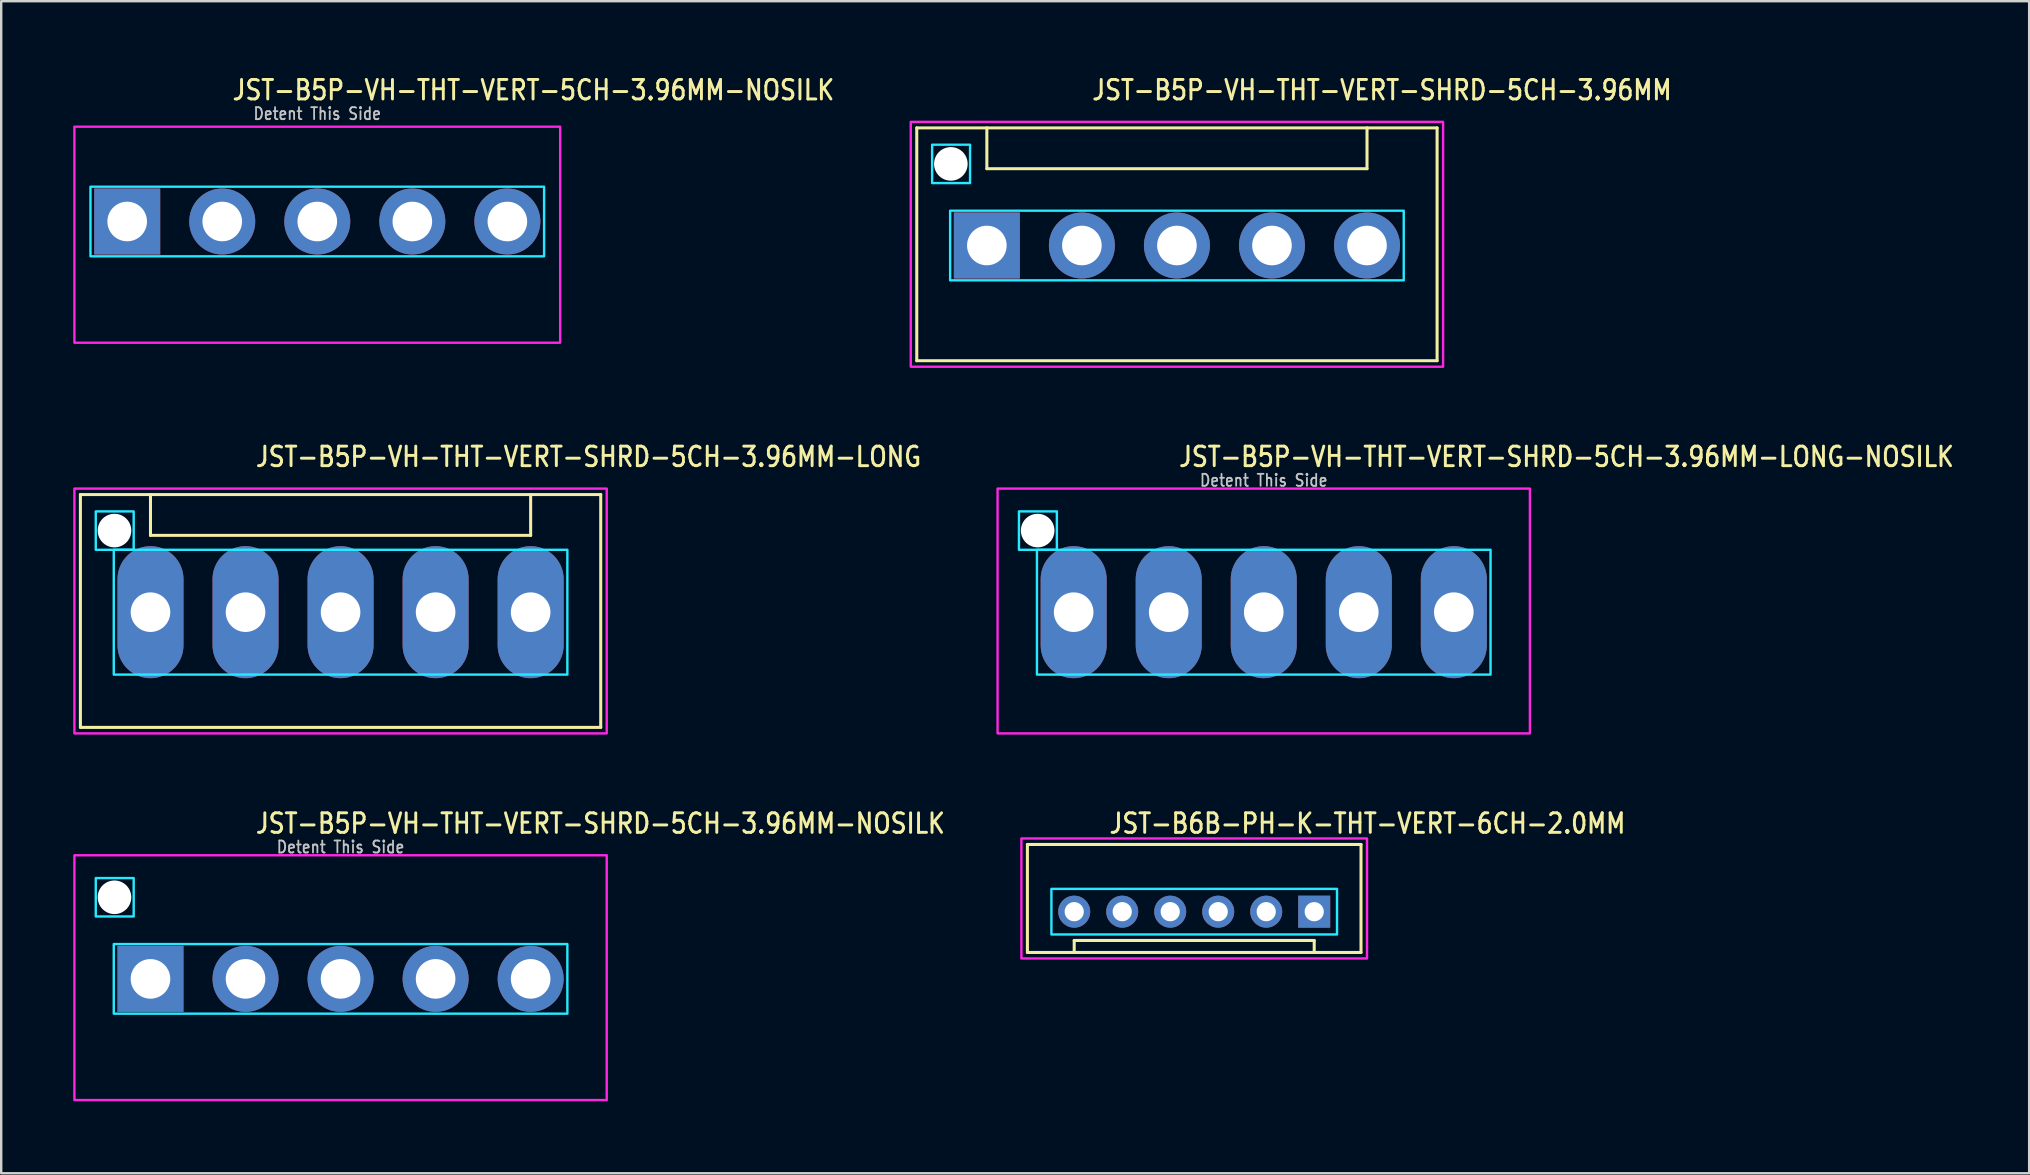
<source format=kicad_pcb>
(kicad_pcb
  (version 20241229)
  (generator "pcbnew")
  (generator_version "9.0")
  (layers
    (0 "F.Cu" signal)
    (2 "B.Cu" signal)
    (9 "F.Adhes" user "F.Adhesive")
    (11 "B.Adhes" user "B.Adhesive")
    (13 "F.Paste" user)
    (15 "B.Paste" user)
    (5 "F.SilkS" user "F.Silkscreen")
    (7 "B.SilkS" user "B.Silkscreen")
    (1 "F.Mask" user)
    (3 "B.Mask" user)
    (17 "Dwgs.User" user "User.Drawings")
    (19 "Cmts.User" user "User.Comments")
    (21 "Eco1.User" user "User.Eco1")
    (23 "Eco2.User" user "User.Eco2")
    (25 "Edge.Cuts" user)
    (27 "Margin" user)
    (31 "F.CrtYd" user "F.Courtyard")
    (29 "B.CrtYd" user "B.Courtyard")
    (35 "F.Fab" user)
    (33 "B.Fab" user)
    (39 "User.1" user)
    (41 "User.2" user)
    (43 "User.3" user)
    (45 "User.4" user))
  (footprint "JST-B5P-VH-THT-VERT-SHRD-5CH-3.96MM"
    (layer "F.Cu")
    (at 45.988 7.179)
    (property "Reference" "JST-B5P-VH-THT-VERT-SHRD-5CH-3.96MM" (at -3.6 -6 0) (unlocked yes) (layer "F.SilkS") (effects (font (size 0.813 0.695) (thickness 0.122)) (justify left bottom)))
    (fp_line (start -10.84 -4.9) (end 10.84 -4.9) (stroke (width 0.127) (type solid)) (layer "F.SilkS"))
    (fp_line (start -10.84 4.8) (end -10.84 -4.9) (stroke (width 0.127) (type solid)) (layer "F.SilkS"))
    (fp_line (start -10.84 4.8) (end 10.84 4.8) (stroke (width 0.127) (type solid)) (layer "F.SilkS"))
    (fp_line (start -7.92 -4.9) (end -7.92 -3.2) (stroke (width 0.127) (type solid)) (layer "F.SilkS"))
    (fp_line (start -7.92 -3.2) (end 7.92 -3.2) (stroke (width 0.127) (type solid)) (layer "F.SilkS"))
    (fp_line (start 7.92 -4.9) (end 7.92 -3.2) (stroke (width 0.127) (type solid)) (layer "F.SilkS"))
    (fp_line (start 10.84 -4.9) (end 10.84 4.8) (stroke (width 0.127) (type solid)) (layer "F.SilkS"))
    (fp_poly (pts (xy -9.45 -1.45) (xy -9.45 1.45) (xy 9.45 1.45) (xy 9.45 -1.45)) (stroke (width 0.1) (type solid)) (fill no) (layer "B.CrtYd"))
    (fp_poly (pts (xy -8.62 -4.2) (xy -8.62 -2.6) (xy -10.2 -2.6) (xy -10.2 -4.2)) (stroke (width 0.1) (type solid)) (fill no) (layer "B.CrtYd"))
    (fp_poly (pts (xy -11.09 -5.15) (xy -11.09 5.05) (xy 11.09 5.05) (xy 11.09 -5.15)) (stroke (width 0.1) (type solid)) (fill no) (layer "F.CrtYd"))
    (pad "" np_thru_hole circle (at -9.42 -3.4) (size 1.4 1.4) (drill 1.4) (layers "*.Cu" "*.Mask"))
    (pad "1" thru_hole rect (at -7.92 0) (size 2.75 2.75) (drill 1.65) (layers "*.Cu" "*.Mask"))
    (pad "2" thru_hole oval (at -3.96 0) (size 2.75 2.75) (drill 1.65) (layers "*.Cu" "*.Mask"))
    (pad "3" thru_hole oval (at 0 0) (size 2.75 2.75) (drill 1.65) (layers "*.Cu" "*.Mask"))
    (pad "4" thru_hole oval (at 3.96 0) (size 2.75 2.75) (drill 1.65) (layers "*.Cu" "*.Mask"))
    (pad "5" thru_hole oval (at 7.92 0) (size 2.75 2.75) (drill 1.65) (layers "*.Cu" "*.Mask")))
  (footprint "JST-B6B-PH-K-THT-VERT-6CH-2.0MM"
    (layer "F.Cu")
    (at 46.708 34.936)
    (property "Reference" "JST-B6B-PH-K-THT-VERT-6CH-2.0MM" (at -3.6 -3.2 0) (unlocked yes) (layer "F.SilkS") (effects (font (size 0.813 0.695) (thickness 0.122)) (justify left bottom)))
    (fp_line (start -6.95 -2.8) (end -6.95 1.7) (stroke (width 0.127) (type solid)) (layer "F.SilkS"))
    (fp_line (start -6.95 -2.8) (end 6.95 -2.8) (stroke (width 0.127) (type solid)) (layer "F.SilkS"))
    (fp_line (start -6.95 1.7) (end 6.95 1.7) (stroke (width 0.127) (type solid)) (layer "F.SilkS"))
    (fp_line (start -5 1.7) (end -5 1.2) (stroke (width 0.127) (type solid)) (layer "F.SilkS"))
    (fp_line (start 5 1.2) (end -5 1.2) (stroke (width 0.127) (type solid)) (layer "F.SilkS"))
    (fp_line (start 5 1.7) (end 5 1.2) (stroke (width 0.127) (type solid)) (layer "F.SilkS"))
    (fp_line (start 6.95 1.7) (end 6.95 -2.8) (stroke (width 0.127) (type solid)) (layer "F.SilkS"))
    (fp_poly (pts (xy -5.95 -0.95) (xy -5.95 0.95) (xy 5.95 0.95) (xy 5.95 -0.95)) (stroke (width 0.1) (type solid)) (fill no) (layer "B.CrtYd"))
    (fp_poly (pts (xy -7.2 1.95) (xy -7.2 -3.05) (xy 7.2 -3.05) (xy 7.2 1.95)) (stroke (width 0.1) (type solid)) (fill no) (layer "F.CrtYd"))
    (pad "1" thru_hole rect (at 5 0) (size 1.333 1.333) (drill 0.8) (layers "*.Cu" "*.Mask"))
    (pad "2" thru_hole oval (at 3 0) (size 1.333 1.333) (drill 0.8) (layers "*.Cu" "*.Mask"))
    (pad "3" thru_hole oval (at 1 0) (size 1.333 1.333) (drill 0.8) (layers "*.Cu" "*.Mask"))
    (pad "4" thru_hole oval (at -1 0) (size 1.333 1.333) (drill 0.8) (layers "*.Cu" "*.Mask"))
    (pad "5" thru_hole oval (at -3 0) (size 1.333 1.333) (drill 0.8) (layers "*.Cu" "*.Mask"))
    (pad "6" thru_hole oval (at -5 0) (size 1.333 1.333) (drill 0.8) (layers "*.Cu" "*.Mask")))
  (footprint "JST-B5P-VH-THT-VERT-5CH-3.96MM-NOSILK"
    (layer "F.Cu")
    (at 10.17 6.179)
    (property "Reference" "JST-B5P-VH-THT-VERT-5CH-3.96MM-NOSILK" (at -3.6 -5 0) (unlocked yes) (layer "F.SilkS") (effects (font (size 0.813 0.695) (thickness 0.122)) (justify left bottom)))
    (fp_poly (pts (xy -9.45 -1.45) (xy -9.45 1.45) (xy 9.45 1.45) (xy 9.45 -1.45)) (stroke (width 0.1) (type solid)) (fill no) (layer "B.CrtYd"))
    (fp_poly (pts (xy -10.12 -3.95) (xy -10.12 5.05) (xy 10.12 5.05) (xy 10.12 -3.95)) (stroke (width 0.1) (type solid)) (fill no) (layer "F.CrtYd"))
    (fp_text user "Detent This Side" (at 0 -4.2 0) (unlocked yes) (layer "Dwgs.User") (effects (font (size 0.5 0.427) (thickness 0.075)) (justify bottom)))
    (pad "1" thru_hole rect (at -7.92 0) (size 2.75 2.75) (drill 1.65) (layers "*.Cu" "*.Mask"))
    (pad "2" thru_hole oval (at -3.96 0) (size 2.75 2.75) (drill 1.65) (layers "*.Cu" "*.Mask"))
    (pad "3" thru_hole oval (at 0 0) (size 2.75 2.75) (drill 1.65) (layers "*.Cu" "*.Mask"))
    (pad "4" thru_hole oval (at 3.96 0) (size 2.75 2.75) (drill 1.65) (layers "*.Cu" "*.Mask"))
    (pad "5" thru_hole oval (at 7.92 0) (size 2.75 2.75) (drill 1.65) (layers "*.Cu" "*.Mask")))
  (footprint "JST-B5P-VH-THT-VERT-SHRD-5CH-3.96MM-LONG"
    (layer "F.Cu")
    (at 11.14 22.457)
    (property "Reference" "JST-B5P-VH-THT-VERT-SHRD-5CH-3.96MM-LONG" (at -3.6 -6 0) (unlocked yes) (layer "F.SilkS") (effects (font (size 0.813 0.695) (thickness 0.122)) (justify left bottom)))
    (fp_line (start -10.84 -4.9) (end 10.84 -4.9) (stroke (width 0.127) (type solid)) (layer "F.SilkS"))
    (fp_line (start -10.84 4.8) (end -10.84 -4.9) (stroke (width 0.127) (type solid)) (layer "F.SilkS"))
    (fp_line (start -10.84 4.8) (end 10.84 4.8) (stroke (width 0.127) (type solid)) (layer "F.SilkS"))
    (fp_line (start -7.92 -4.9) (end -7.92 -3.2) (stroke (width 0.127) (type solid)) (layer "F.SilkS"))
    (fp_line (start -7.92 -3.2) (end 7.92 -3.2) (stroke (width 0.127) (type solid)) (layer "F.SilkS"))
    (fp_line (start 7.92 -4.9) (end 7.92 -3.2) (stroke (width 0.127) (type solid)) (layer "F.SilkS"))
    (fp_line (start 10.84 -4.9) (end 10.84 4.8) (stroke (width 0.127) (type solid)) (layer "F.SilkS"))
    (fp_poly (pts (xy -9.45 -2.6) (xy -9.45 2.6) (xy 9.45 2.6) (xy 9.45 -2.6)) (stroke (width 0.1) (type solid)) (fill no) (layer "B.CrtYd"))
    (fp_poly (pts (xy -8.62 -4.2) (xy -8.62 -2.6) (xy -10.2 -2.6) (xy -10.2 -4.2)) (stroke (width 0.1) (type solid)) (fill no) (layer "B.CrtYd"))
    (fp_poly (pts (xy -11.09 -5.15) (xy -11.09 5.05) (xy 11.09 5.05) (xy 11.09 -5.15)) (stroke (width 0.1) (type solid)) (fill no) (layer "F.CrtYd"))
    (pad "" np_thru_hole circle (at -9.42 -3.4) (size 1.4 1.4) (drill 1.4) (layers "*.Cu" "*.Mask"))
    (pad "1" thru_hole oval (at -7.92 0 90) (size 5.5 2.75) (drill 1.65) (layers "*.Cu" "*.Mask"))
    (pad "2" thru_hole oval (at -3.96 0 90) (size 5.5 2.75) (drill 1.65) (layers "*.Cu" "*.Mask"))
    (pad "3" thru_hole oval (at 0 0 90) (size 5.5 2.75) (drill 1.65) (layers "*.Cu" "*.Mask"))
    (pad "4" thru_hole oval (at 3.96 0 90) (size 5.5 2.75) (drill 1.65) (layers "*.Cu" "*.Mask"))
    (pad "5" thru_hole oval (at 7.92 0 90) (size 5.5 2.75) (drill 1.65) (layers "*.Cu" "*.Mask")))
  (footprint "JST-B5P-VH-THT-VERT-SHRD-5CH-3.96MM-LONG-NOSILK"
    (layer "F.Cu")
    (at 49.605 22.457)
    (property "Reference" "JST-B5P-VH-THT-VERT-SHRD-5CH-3.96MM-LONG-NOSILK" (at -3.6 -6 0) (unlocked yes) (layer "F.SilkS") (effects (font (size 0.813 0.695) (thickness 0.122)) (justify left bottom)))
    (fp_poly (pts (xy -9.45 -2.6) (xy -9.45 2.6) (xy 9.45 2.6) (xy 9.45 -2.6)) (stroke (width 0.1) (type solid)) (fill no) (layer "B.CrtYd"))
    (fp_poly (pts (xy -8.62 -4.2) (xy -8.62 -2.6) (xy -10.2 -2.6) (xy -10.2 -4.2)) (stroke (width 0.1) (type solid)) (fill no) (layer "B.CrtYd"))
    (fp_poly (pts (xy -11.09 -5.15) (xy -11.09 5.05) (xy 11.09 5.05) (xy 11.09 -5.15)) (stroke (width 0.1) (type solid)) (fill no) (layer "F.CrtYd"))
    (fp_text user "Detent This Side" (at 0 -5.2 0) (unlocked yes) (layer "Dwgs.User") (effects (font (size 0.5 0.427) (thickness 0.075)) (justify bottom)))
    (pad "" np_thru_hole circle (at -9.42 -3.4) (size 1.4 1.4) (drill 1.4) (layers "*.Cu" "*.Mask"))
    (pad "1" thru_hole oval (at -7.92 0 90) (size 5.5 2.75) (drill 1.65) (layers "*.Cu" "*.Mask"))
    (pad "2" thru_hole oval (at -3.96 0 90) (size 5.5 2.75) (drill 1.65) (layers "*.Cu" "*.Mask"))
    (pad "3" thru_hole oval (at 0 0 90) (size 5.5 2.75) (drill 1.65) (layers "*.Cu" "*.Mask"))
    (pad "4" thru_hole oval (at 3.96 0 90) (size 5.5 2.75) (drill 1.65) (layers "*.Cu" "*.Mask"))
    (pad "5" thru_hole oval (at 7.92 0 90) (size 5.5 2.75) (drill 1.65) (layers "*.Cu" "*.Mask")))
  (footprint "JST-B5P-VH-THT-VERT-SHRD-5CH-3.96MM-NOSILK"
    (layer "F.Cu")
    (at 11.14 37.736)
    (property "Reference" "JST-B5P-VH-THT-VERT-SHRD-5CH-3.96MM-NOSILK" (at -3.6 -6 0) (unlocked yes) (layer "F.SilkS") (effects (font (size 0.813 0.695) (thickness 0.122)) (justify left bottom)))
    (fp_poly (pts (xy -9.45 -1.45) (xy -9.45 1.45) (xy 9.45 1.45) (xy 9.45 -1.45)) (stroke (width 0.1) (type solid)) (fill no) (layer "B.CrtYd"))
    (fp_poly (pts (xy -8.62 -4.2) (xy -8.62 -2.6) (xy -10.2 -2.6) (xy -10.2 -4.2)) (stroke (width 0.1) (type solid)) (fill no) (layer "B.CrtYd"))
    (fp_poly (pts (xy -11.09 -5.15) (xy -11.09 5.05) (xy 11.09 5.05) (xy 11.09 -5.15)) (stroke (width 0.1) (type solid)) (fill no) (layer "F.CrtYd"))
    (fp_text user "Detent This Side" (at 0 -5.2 0) (unlocked yes) (layer "Dwgs.User") (effects (font (size 0.5 0.427) (thickness 0.075)) (justify bottom)))
    (pad "" np_thru_hole circle (at -9.42 -3.4) (size 1.4 1.4) (drill 1.4) (layers "*.Cu" "*.Mask"))
    (pad "1" thru_hole rect (at -7.92 0) (size 2.75 2.75) (drill 1.65) (layers "*.Cu" "*.Mask"))
    (pad "2" thru_hole oval (at -3.96 0) (size 2.75 2.75) (drill 1.65) (layers "*.Cu" "*.Mask"))
    (pad "3" thru_hole oval (at 0 0) (size 2.75 2.75) (drill 1.65) (layers "*.Cu" "*.Mask"))
    (pad "4" thru_hole oval (at 3.96 0) (size 2.75 2.75) (drill 1.65) (layers "*.Cu" "*.Mask"))
    (pad "5" thru_hole oval (at 7.92 0) (size 2.75 2.75) (drill 1.65) (layers "*.Cu" "*.Mask")))
  (gr_rect
    (start -3 -3)
    (end 81.497 45.836)
    (stroke (width 0.1) (type default))
    (fill no)
    (layer "Edge.Cuts")))
</source>
